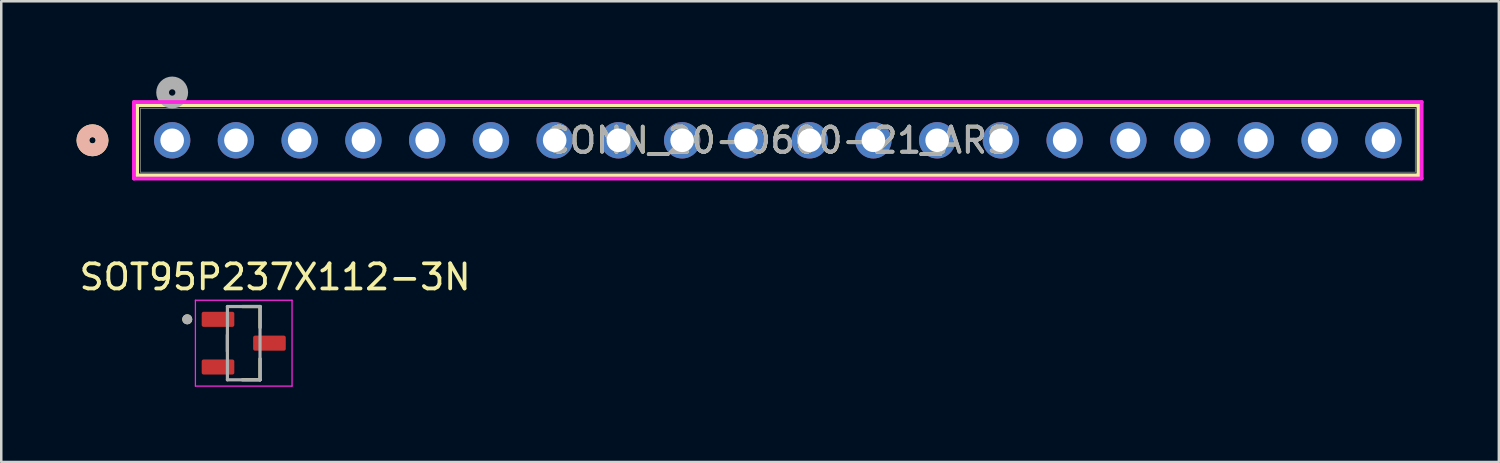
<source format=kicad_pcb>
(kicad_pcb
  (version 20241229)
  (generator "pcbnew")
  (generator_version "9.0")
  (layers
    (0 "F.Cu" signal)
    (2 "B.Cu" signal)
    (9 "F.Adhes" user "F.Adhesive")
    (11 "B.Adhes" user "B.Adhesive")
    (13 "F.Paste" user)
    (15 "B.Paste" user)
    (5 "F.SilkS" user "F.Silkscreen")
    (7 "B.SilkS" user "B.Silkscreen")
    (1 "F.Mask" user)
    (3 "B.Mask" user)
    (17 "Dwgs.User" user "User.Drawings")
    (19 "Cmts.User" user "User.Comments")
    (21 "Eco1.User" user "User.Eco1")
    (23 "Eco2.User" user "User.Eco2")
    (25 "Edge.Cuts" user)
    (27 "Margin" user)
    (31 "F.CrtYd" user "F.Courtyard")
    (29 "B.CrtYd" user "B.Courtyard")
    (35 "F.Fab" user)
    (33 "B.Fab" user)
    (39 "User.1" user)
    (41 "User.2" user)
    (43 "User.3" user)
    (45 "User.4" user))
  (footprint "SOT95P237X112-3N"
    (layer "F.Cu")
    (at 6.661 10.623)
    (property "Reference" "SOT95P237X112-3N" (at 1.25 -2.635 0) (layer "F.SilkS") (effects (font (size 1 1) (thickness 0.15))))
    (attr smd)
    (fp_line (start -0.65 -0.33) (end -0.65 0.33) (stroke (width 0.127) (type solid)) (layer "F.SilkS"))
    (fp_line (start -0.055 1.46) (end 0.65 1.46) (stroke (width 0.127) (type solid)) (layer "F.SilkS"))
    (fp_line (start 0.65 -1.46) (end -0.055 -1.46) (stroke (width 0.127) (type solid)) (layer "F.SilkS"))
    (fp_line (start 0.65 -0.62) (end 0.65 -1.46) (stroke (width 0.127) (type solid)) (layer "F.SilkS"))
    (fp_line (start 0.65 1.46) (end 0.65 0.62) (stroke (width 0.127) (type solid)) (layer "F.SilkS"))
    (fp_circle (center -2.25 -0.95) (end -2.15 -0.95) (stroke (width 0.2) (type solid)) (fill no) (layer "F.SilkS"))
    (fp_line (start -1.925 -1.71) (end -1.925 1.71) (stroke (width 0.05) (type solid)) (layer "F.CrtYd"))
    (fp_line (start -1.925 1.71) (end 1.925 1.71) (stroke (width 0.05) (type solid)) (layer "F.CrtYd"))
    (fp_line (start 1.925 -1.71) (end -1.925 -1.71) (stroke (width 0.05) (type solid)) (layer "F.CrtYd"))
    (fp_line (start 1.925 1.71) (end 1.925 -1.71) (stroke (width 0.05) (type solid)) (layer "F.CrtYd"))
    (fp_line (start -0.65 -1.46) (end -0.65 1.46) (stroke (width 0.127) (type solid)) (layer "F.Fab"))
    (fp_line (start -0.65 1.46) (end 0.65 1.46) (stroke (width 0.127) (type solid)) (layer "F.Fab"))
    (fp_line (start 0.65 -1.46) (end -0.65 -1.46) (stroke (width 0.127) (type solid)) (layer "F.Fab"))
    (fp_line (start 0.65 1.46) (end 0.65 -1.46) (stroke (width 0.127) (type solid)) (layer "F.Fab"))
    (fp_circle (center -2.25 -0.95) (end -2.15 -0.95) (stroke (width 0.2) (type solid)) (fill no) (layer "F.Fab"))
    (pad "1" smd roundrect (at -1.025 -0.95) (size 1.3 0.6) (layers "F.Cu" "F.Mask" "F.Paste") (roundrect_rratio 0.125))
    (pad "2" smd roundrect (at -1.025 0.95) (size 1.3 0.6) (layers "F.Cu" "F.Mask" "F.Paste") (roundrect_rratio 0.125))
    (pad "3" smd roundrect (at 1.025 0) (size 1.3 0.6) (layers "F.Cu" "F.Mask" "F.Paste") (roundrect_rratio 0.125)))
  (footprint "CONN_20-0600-21_ARS"
    (layer "F.Cu")
    (at 3.81 2.54)
    (property "Reference" "CONN_20-0600-21_ARS" (at 24.13 0 0) (unlocked yes) (layer "F.SilkS") (effects (font (size 1 1) (thickness 0.15))))
    (attr through_hole)
    (fp_line (start -1.397 -1.397) (end -1.397 1.397) (stroke (width 0.152) (type solid)) (layer "F.SilkS"))
    (fp_line (start -1.397 1.397) (end 49.657 1.397) (stroke (width 0.152) (type solid)) (layer "F.SilkS"))
    (fp_line (start 49.657 -1.397) (end -1.397 -1.397) (stroke (width 0.152) (type solid)) (layer "F.SilkS"))
    (fp_line (start 49.657 1.397) (end 49.657 -1.397) (stroke (width 0.152) (type solid)) (layer "F.SilkS"))
    (fp_circle (center -3.175 0) (end -2.794 0) (stroke (width 0.508) (type solid)) (fill no) (layer "F.SilkS"))
    (fp_circle (center -3.175 0) (end -2.794 0) (stroke (width 0.508) (type solid)) (fill no) (layer "B.SilkS"))
    (fp_line (start -1.524 -1.524) (end -1.524 1.524) (stroke (width 0.152) (type solid)) (layer "F.CrtYd"))
    (fp_line (start -1.524 1.524) (end 49.784 1.524) (stroke (width 0.152) (type solid)) (layer "F.CrtYd"))
    (fp_line (start 49.784 -1.524) (end -1.524 -1.524) (stroke (width 0.152) (type solid)) (layer "F.CrtYd"))
    (fp_line (start 49.784 1.524) (end 49.784 -1.524) (stroke (width 0.152) (type solid)) (layer "F.CrtYd"))
    (fp_line (start -1.27 -1.27) (end -1.27 1.27) (stroke (width 0.025) (type solid)) (layer "F.Fab"))
    (fp_line (start -1.27 1.27) (end 49.53 1.27) (stroke (width 0.025) (type solid)) (layer "F.Fab"))
    (fp_line (start 49.53 -1.27) (end -1.27 -1.27) (stroke (width 0.025) (type solid)) (layer "F.Fab"))
    (fp_line (start 49.53 1.27) (end 49.53 -1.27) (stroke (width 0.025) (type solid)) (layer "F.Fab"))
    (fp_circle (center 0 -1.905) (end 0.381 -1.905) (stroke (width 0.508) (type solid)) (fill no) (layer "F.Fab"))
    (fp_text user "${REFERENCE}" (at 24.13 0 0) (unlocked yes) (layer "F.Fab") (effects (font (size 1 1) (thickness 0.15))))
    (pad "1" thru_hole circle (at 0 0) (size 1.448 1.448) (drill 0.94) (layers "*.Cu" "*.Mask"))
    (pad "2" thru_hole circle (at 2.54 0) (size 1.448 1.448) (drill 0.94) (layers "*.Cu" "*.Mask"))
    (pad "3" thru_hole circle (at 5.08 0) (size 1.448 1.448) (drill 0.94) (layers "*.Cu" "*.Mask"))
    (pad "4" thru_hole circle (at 7.62 0) (size 1.448 1.448) (drill 0.94) (layers "*.Cu" "*.Mask"))
    (pad "5" thru_hole circle (at 10.16 0) (size 1.448 1.448) (drill 0.94) (layers "*.Cu" "*.Mask"))
    (pad "6" thru_hole circle (at 12.7 0) (size 1.448 1.448) (drill 0.94) (layers "*.Cu" "*.Mask"))
    (pad "7" thru_hole circle (at 15.24 0) (size 1.448 1.448) (drill 0.94) (layers "*.Cu" "*.Mask"))
    (pad "8" thru_hole circle (at 17.78 0) (size 1.448 1.448) (drill 0.94) (layers "*.Cu" "*.Mask"))
    (pad "9" thru_hole circle (at 20.32 0) (size 1.448 1.448) (drill 0.94) (layers "*.Cu" "*.Mask"))
    (pad "10" thru_hole circle (at 22.86 0) (size 1.448 1.448) (drill 0.94) (layers "*.Cu" "*.Mask"))
    (pad "11" thru_hole circle (at 25.4 0) (size 1.448 1.448) (drill 0.94) (layers "*.Cu" "*.Mask"))
    (pad "12" thru_hole circle (at 27.94 0) (size 1.448 1.448) (drill 0.94) (layers "*.Cu" "*.Mask"))
    (pad "13" thru_hole circle (at 30.48 0) (size 1.448 1.448) (drill 0.94) (layers "*.Cu" "*.Mask"))
    (pad "14" thru_hole circle (at 33.02 0) (size 1.448 1.448) (drill 0.94) (layers "*.Cu" "*.Mask"))
    (pad "15" thru_hole circle (at 35.56 0) (size 1.448 1.448) (drill 0.94) (layers "*.Cu" "*.Mask"))
    (pad "16" thru_hole circle (at 38.1 0) (size 1.448 1.448) (drill 0.94) (layers "*.Cu" "*.Mask"))
    (pad "17" thru_hole circle (at 40.64 0) (size 1.448 1.448) (drill 0.94) (layers "*.Cu" "*.Mask"))
    (pad "18" thru_hole circle (at 43.18 0) (size 1.448 1.448) (drill 0.94) (layers "*.Cu" "*.Mask"))
    (pad "19" thru_hole circle (at 45.72 0) (size 1.448 1.448) (drill 0.94) (layers "*.Cu" "*.Mask"))
    (pad "20" thru_hole circle (at 48.26 0) (size 1.448 1.448) (drill 0.94) (layers "*.Cu" "*.Mask")))
  (gr_rect
    (start -3 -3)
    (end 56.67 15.358)
    (stroke (width 0.1) (type default))
    (fill no)
    (layer "Edge.Cuts")))
</source>
